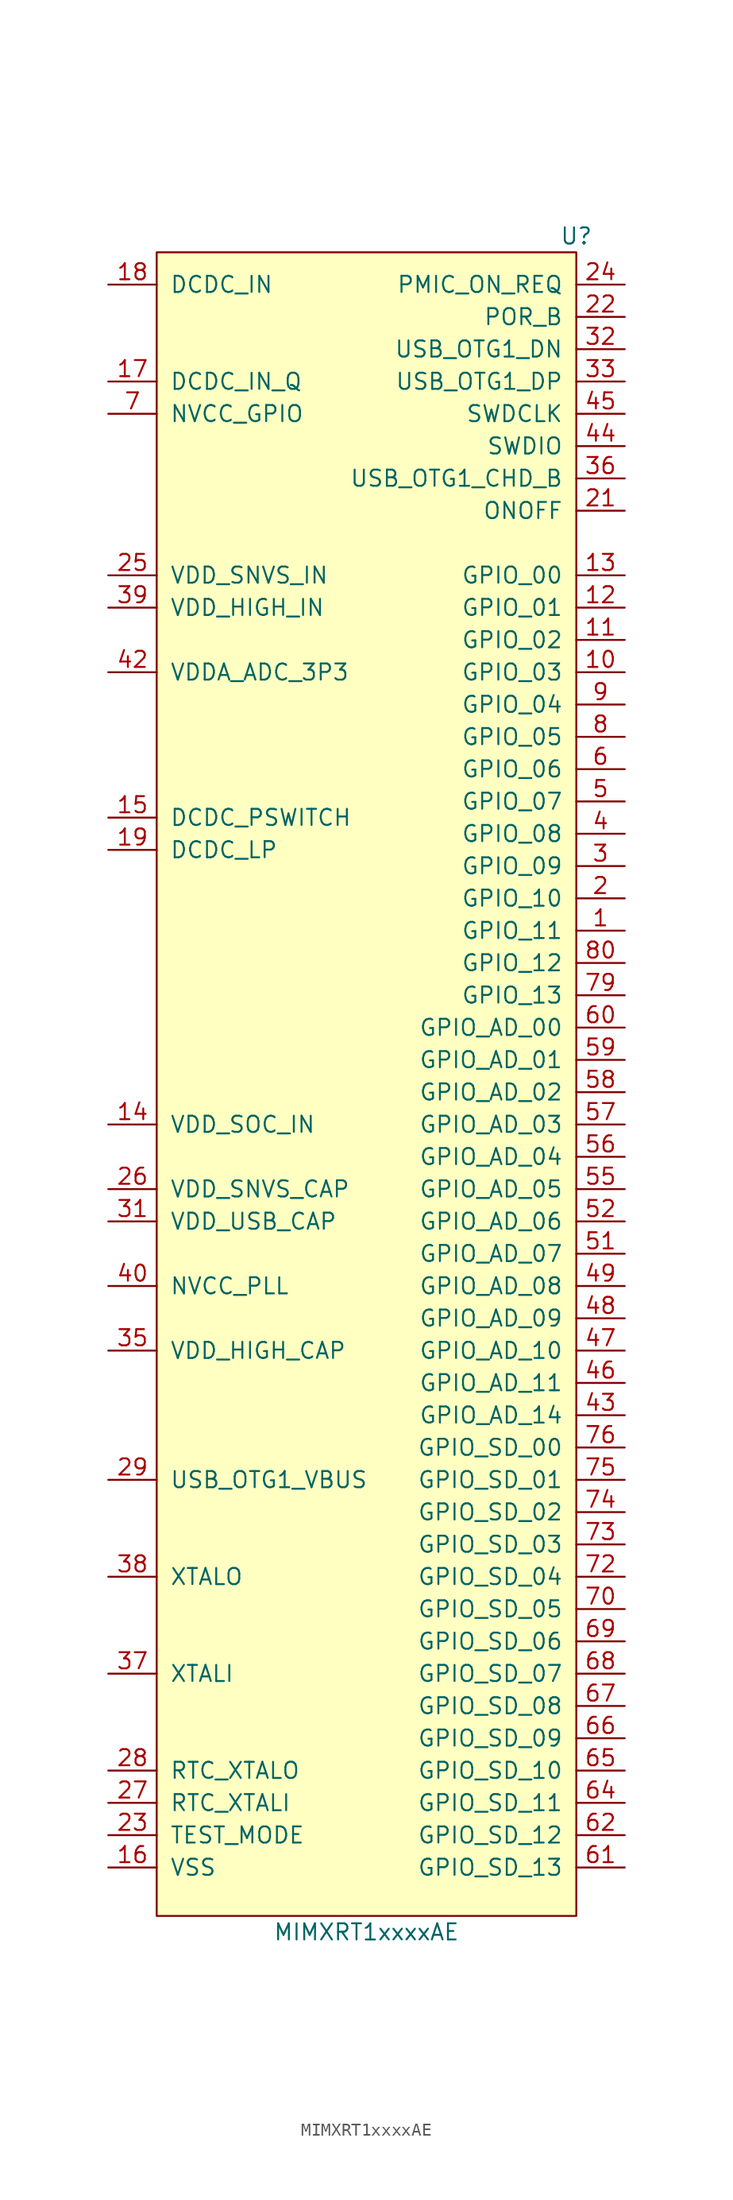
<source format=kicad_sym>
(kicad_symbol_lib
  (version 20231120)
  (generator "kicad_symbol_editor")
  (generator_version "8.99")
  (symbol "MIMXRT1xxxxAE"
    (pin_names
      (offset 1.016))
    (property "Reference" "U"
      (at 17.78 66.04 0)
      (effects (font (size 1.27 1.27))))
    (property "Value" "MIMXRT1xxxxAE"
      (at 1.27 -67.31 0)
      (effects (font (size 1.27 1.27))))
    (symbol "MIMXRT1xxxxAE_0_1"
      (rectangle (start -15.24 64.77) (end 17.78 -66.04) (stroke (width 0) (type solid)) (fill (type background))))
    (symbol "MIMXRT1xxxxAE_1_1"
      (pin bidirectional line (at 21.59 11.43 180) (length 3.81) (name "GPIO_11" (effects (font (size 1.27 1.27)))) (number "1" (effects (font (size 1.27 1.27)))))
      (pin bidirectional line (at 21.59 31.75 180) (length 3.81) (name "GPIO_03" (effects (font (size 1.27 1.27)))) (number "10" (effects (font (size 1.27 1.27)))))
      (pin bidirectional line (at 21.59 34.29 180) (length 3.81) (name "GPIO_02" (effects (font (size 1.27 1.27)))) (number "11" (effects (font (size 1.27 1.27)))))
      (pin bidirectional line (at 21.59 36.83 180) (length 3.81) (name "GPIO_01" (effects (font (size 1.27 1.27)))) (number "12" (effects (font (size 1.27 1.27)))))
      (pin bidirectional line (at 21.59 39.37 180) (length 3.81) (name "GPIO_00" (effects (font (size 1.27 1.27)))) (number "13" (effects (font (size 1.27 1.27)))))
      (pin input line (at -19.05 -3.81 0) (length 3.81) (name "VDD_SOC_IN" (effects (font (size 1.27 1.27)))) (number "14" (effects (font (size 1.27 1.27)))))
      (pin input line (at -19.05 20.32 0) (length 3.81) (name "DCDC_PSWITCH" (effects (font (size 1.27 1.27)))) (number "15" (effects (font (size 1.27 1.27)))))
      (pin power_in line (at -19.05 -62.23 0) (length 3.81) (name "VSS" (effects (font (size 1.27 1.27)))) (number "16" (effects (font (size 1.27 1.27)))))
      (pin power_in line (at -19.05 54.61 0) (length 3.81) (name "DCDC_IN_Q" (effects (font (size 1.27 1.27)))) (number "17" (effects (font (size 1.27 1.27)))))
      (pin power_in line (at -19.05 62.23 0) (length 3.81) (name "DCDC_IN" (effects (font (size 1.27 1.27)))) (number "18" (effects (font (size 1.27 1.27)))))
      (pin power_out line (at -19.05 17.78 0) (length 3.81) (name "DCDC_LP" (effects (font (size 1.27 1.27)))) (number "19" (effects (font (size 1.27 1.27)))))
      (pin bidirectional line (at 21.59 13.97 180) (length 3.81) (name "GPIO_10" (effects (font (size 1.27 1.27)))) (number "2" (effects (font (size 1.27 1.27)))))
      (pin passive line (at -19.05 -62.23 0) (length 3.81) hide (name "DCDC_GND" (effects (font (size 1.27 1.27)))) (number "20" (effects (font (size 1.27 1.27)))))
      (pin bidirectional line (at 21.59 44.45 180) (length 3.81) (name "ONOFF" (effects (font (size 1.27 1.27)))) (number "21" (effects (font (size 1.27 1.27)))))
      (pin bidirectional line (at 21.59 59.69 180) (length 3.81) (name "POR_B" (effects (font (size 1.27 1.27)))) (number "22" (effects (font (size 1.27 1.27)))))
      (pin bidirectional line (at -19.05 -59.69 0) (length 3.81) (name "TEST_MODE" (effects (font (size 1.27 1.27)))) (number "23" (effects (font (size 1.27 1.27)))))
      (pin bidirectional line (at 21.59 62.23 180) (length 3.81) (name "PMIC_ON_REQ" (effects (font (size 1.27 1.27)))) (number "24" (effects (font (size 1.27 1.27)))))
      (pin power_in line (at -19.05 39.37 0) (length 3.81) (name "VDD_SNVS_IN" (effects (font (size 1.27 1.27)))) (number "25" (effects (font (size 1.27 1.27)))))
      (pin power_out line (at -19.05 -8.89 0) (length 3.81) (name "VDD_SNVS_CAP" (effects (font (size 1.27 1.27)))) (number "26" (effects (font (size 1.27 1.27)))))
      (pin bidirectional line (at -19.05 -57.15 0) (length 3.81) (name "RTC_XTALI" (effects (font (size 1.27 1.27)))) (number "27" (effects (font (size 1.27 1.27)))))
      (pin bidirectional line (at -19.05 -54.61 0) (length 3.81) (name "RTC_XTALO" (effects (font (size 1.27 1.27)))) (number "28" (effects (font (size 1.27 1.27)))))
      (pin power_in line (at -19.05 -31.75 0) (length 3.81) (name "USB_OTG1_VBUS" (effects (font (size 1.27 1.27)))) (number "29" (effects (font (size 1.27 1.27)))))
      (pin bidirectional line (at 21.59 16.51 180) (length 3.81) (name "GPIO_09" (effects (font (size 1.27 1.27)))) (number "3" (effects (font (size 1.27 1.27)))))
      (pin passive line (at -19.05 -62.23 0) (length 3.81) hide (name "VSS" (effects (font (size 1.27 1.27)))) (number "30" (effects (font (size 1.27 1.27)))))
      (pin power_out line (at -19.05 -11.43 0) (length 3.81) (name "VDD_USB_CAP" (effects (font (size 1.27 1.27)))) (number "31" (effects (font (size 1.27 1.27)))))
      (pin bidirectional line (at 21.59 57.15 180) (length 3.81) (name "USB_OTG1_DN" (effects (font (size 1.27 1.27)))) (number "32" (effects (font (size 1.27 1.27)))))
      (pin bidirectional line (at 21.59 54.61 180) (length 3.81) (name "USB_OTG1_DP" (effects (font (size 1.27 1.27)))) (number "33" (effects (font (size 1.27 1.27)))))
      (pin passive line (at -19.05 -62.23 0) (length 3.81) hide (name "NGND_KEL0" (effects (font (size 1.27 1.27)))) (number "34" (effects (font (size 1.27 1.27)))))
      (pin power_out line (at -19.05 -21.59 0) (length 3.81) (name "VDD_HIGH_CAP" (effects (font (size 1.27 1.27)))) (number "35" (effects (font (size 1.27 1.27)))))
      (pin bidirectional line (at 21.59 46.99 180) (length 3.81) (name "USB_OTG1_CHD_B" (effects (font (size 1.27 1.27)))) (number "36" (effects (font (size 1.27 1.27)))))
      (pin bidirectional line (at -19.05 -46.99 0) (length 3.81) (name "XTALI" (effects (font (size 1.27 1.27)))) (number "37" (effects (font (size 1.27 1.27)))))
      (pin bidirectional line (at -19.05 -39.37 0) (length 3.81) (name "XTALO" (effects (font (size 1.27 1.27)))) (number "38" (effects (font (size 1.27 1.27)))))
      (pin power_in line (at -19.05 36.83 0) (length 3.81) (name "VDD_HIGH_IN" (effects (font (size 1.27 1.27)))) (number "39" (effects (font (size 1.27 1.27)))))
      (pin bidirectional line (at 21.59 19.05 180) (length 3.81) (name "GPIO_08" (effects (font (size 1.27 1.27)))) (number "4" (effects (font (size 1.27 1.27)))))
      (pin power_out line (at -19.05 -16.51 0) (length 3.81) (name "NVCC_PLL" (effects (font (size 1.27 1.27)))) (number "40" (effects (font (size 1.27 1.27)))))
      (pin passive line (at -19.05 -62.23 0) (length 3.81) hide (name "VSSA_ADC_3P3" (effects (font (size 1.27 1.27)))) (number "41" (effects (font (size 1.27 1.27)))))
      (pin power_in line (at -19.05 31.75 0) (length 3.81) (name "VDDA_ADC_3P3" (effects (font (size 1.27 1.27)))) (number "42" (effects (font (size 1.27 1.27)))))
      (pin bidirectional line (at 21.59 -26.67 180) (length 3.81) (name "GPIO_AD_14" (effects (font (size 1.27 1.27)))) (number "43" (effects (font (size 1.27 1.27)))))
      (pin bidirectional line (at 21.59 49.53 180) (length 3.81) (name "SWDIO" (effects (font (size 1.27 1.27)))) (number "44" (effects (font (size 1.27 1.27)))))
      (pin bidirectional line (at 21.59 52.07 180) (length 3.81) (name "SWDCLK" (effects (font (size 1.27 1.27)))) (number "45" (effects (font (size 1.27 1.27)))))
      (pin bidirectional line (at 21.59 -24.13 180) (length 3.81) (name "GPIO_AD_11" (effects (font (size 1.27 1.27)))) (number "46" (effects (font (size 1.27 1.27)))))
      (pin bidirectional line (at 21.59 -21.59 180) (length 3.81) (name "GPIO_AD_10" (effects (font (size 1.27 1.27)))) (number "47" (effects (font (size 1.27 1.27)))))
      (pin bidirectional line (at 21.59 -19.05 180) (length 3.81) (name "GPIO_AD_09" (effects (font (size 1.27 1.27)))) (number "48" (effects (font (size 1.27 1.27)))))
      (pin bidirectional line (at 21.59 -16.51 180) (length 3.81) (name "GPIO_AD_08" (effects (font (size 1.27 1.27)))) (number "49" (effects (font (size 1.27 1.27)))))
      (pin bidirectional line (at 21.59 21.59 180) (length 3.81) (name "GPIO_07" (effects (font (size 1.27 1.27)))) (number "5" (effects (font (size 1.27 1.27)))))
      (pin passive line (at -19.05 52.07 0) (length 3.81) hide (name "NVCC_GPIO" (effects (font (size 1.27 1.27)))) (number "50" (effects (font (size 1.27 1.27)))))
      (pin bidirectional line (at 21.59 -13.97 180) (length 3.81) (name "GPIO_AD_07" (effects (font (size 1.27 1.27)))) (number "51" (effects (font (size 1.27 1.27)))))
      (pin bidirectional line (at 21.59 -11.43 180) (length 3.81) (name "GPIO_AD_06" (effects (font (size 1.27 1.27)))) (number "52" (effects (font (size 1.27 1.27)))))
      (pin passive line (at -19.05 -3.81 0) (length 3.81) hide (name "VDD_SOC_IN" (effects (font (size 1.27 1.27)))) (number "53" (effects (font (size 1.27 1.27)))))
      (pin passive line (at -19.05 -62.23 0) (length 3.81) hide (name "VSS" (effects (font (size 1.27 1.27)))) (number "54" (effects (font (size 1.27 1.27)))))
      (pin bidirectional line (at 21.59 -8.89 180) (length 3.81) (name "GPIO_AD_05" (effects (font (size 1.27 1.27)))) (number "55" (effects (font (size 1.27 1.27)))))
      (pin bidirectional line (at 21.59 -6.35 180) (length 3.81) (name "GPIO_AD_04" (effects (font (size 1.27 1.27)))) (number "56" (effects (font (size 1.27 1.27)))))
      (pin bidirectional line (at 21.59 -3.81 180) (length 3.81) (name "GPIO_AD_03" (effects (font (size 1.27 1.27)))) (number "57" (effects (font (size 1.27 1.27)))))
      (pin bidirectional line (at 21.59 -1.27 180) (length 3.81) (name "GPIO_AD_02" (effects (font (size 1.27 1.27)))) (number "58" (effects (font (size 1.27 1.27)))))
      (pin bidirectional line (at 21.59 1.27 180) (length 3.81) (name "GPIO_AD_01" (effects (font (size 1.27 1.27)))) (number "59" (effects (font (size 1.27 1.27)))))
      (pin bidirectional line (at 21.59 24.13 180) (length 3.81) (name "GPIO_06" (effects (font (size 1.27 1.27)))) (number "6" (effects (font (size 1.27 1.27)))))
      (pin bidirectional line (at 21.59 3.81 180) (length 3.81) (name "GPIO_AD_00" (effects (font (size 1.27 1.27)))) (number "60" (effects (font (size 1.27 1.27)))))
      (pin bidirectional line (at 21.59 -62.23 180) (length 3.81) (name "GPIO_SD_13" (effects (font (size 1.27 1.27)))) (number "61" (effects (font (size 1.27 1.27)))))
      (pin bidirectional line (at 21.59 -59.69 180) (length 3.81) (name "GPIO_SD_12" (effects (font (size 1.27 1.27)))) (number "62" (effects (font (size 1.27 1.27)))))
      (pin passive line (at -19.05 52.07 0) (length 3.81) hide (name "NVCC_GPIO" (effects (font (size 1.27 1.27)))) (number "63" (effects (font (size 1.27 1.27)))))
      (pin bidirectional line (at 21.59 -57.15 180) (length 3.81) (name "GPIO_SD_11" (effects (font (size 1.27 1.27)))) (number "64" (effects (font (size 1.27 1.27)))))
      (pin bidirectional line (at 21.59 -54.61 180) (length 3.81) (name "GPIO_SD_10" (effects (font (size 1.27 1.27)))) (number "65" (effects (font (size 1.27 1.27)))))
      (pin bidirectional line (at 21.59 -52.07 180) (length 3.81) (name "GPIO_SD_09" (effects (font (size 1.27 1.27)))) (number "66" (effects (font (size 1.27 1.27)))))
      (pin bidirectional line (at 21.59 -49.53 180) (length 3.81) (name "GPIO_SD_08" (effects (font (size 1.27 1.27)))) (number "67" (effects (font (size 1.27 1.27)))))
      (pin bidirectional line (at 21.59 -46.99 180) (length 3.81) (name "GPIO_SD_07" (effects (font (size 1.27 1.27)))) (number "68" (effects (font (size 1.27 1.27)))))
      (pin bidirectional line (at 21.59 -44.45 180) (length 3.81) (name "GPIO_SD_06" (effects (font (size 1.27 1.27)))) (number "69" (effects (font (size 1.27 1.27)))))
      (pin power_in line (at -19.05 52.07 0) (length 3.81) (name "NVCC_GPIO" (effects (font (size 1.27 1.27)))) (number "7" (effects (font (size 1.27 1.27)))))
      (pin bidirectional line (at 21.59 -41.91 180) (length 3.81) (name "GPIO_SD_05" (effects (font (size 1.27 1.27)))) (number "70" (effects (font (size 1.27 1.27)))))
      (pin passive line (at -19.05 52.07 0) (length 3.81) hide (name "NVCC_GPIO" (effects (font (size 1.27 1.27)))) (number "71" (effects (font (size 1.27 1.27)))))
      (pin bidirectional line (at 21.59 -39.37 180) (length 3.81) (name "GPIO_SD_04" (effects (font (size 1.27 1.27)))) (number "72" (effects (font (size 1.27 1.27)))))
      (pin bidirectional line (at 21.59 -36.83 180) (length 3.81) (name "GPIO_SD_03" (effects (font (size 1.27 1.27)))) (number "73" (effects (font (size 1.27 1.27)))))
      (pin bidirectional line (at 21.59 -34.29 180) (length 3.81) (name "GPIO_SD_02" (effects (font (size 1.27 1.27)))) (number "74" (effects (font (size 1.27 1.27)))))
      (pin bidirectional line (at 21.59 -31.75 180) (length 3.81) (name "GPIO_SD_01" (effects (font (size 1.27 1.27)))) (number "75" (effects (font (size 1.27 1.27)))))
      (pin bidirectional line (at 21.59 -29.21 180) (length 3.81) (name "GPIO_SD_00" (effects (font (size 1.27 1.27)))) (number "76" (effects (font (size 1.27 1.27)))))
      (pin passive line (at -19.05 -3.81 0) (length 3.81) hide (name "VDD_SOC_IN" (effects (font (size 1.27 1.27)))) (number "77" (effects (font (size 1.27 1.27)))))
      (pin passive line (at -19.05 -62.23 0) (length 3.81) hide (name "VSS" (effects (font (size 1.27 1.27)))) (number "78" (effects (font (size 1.27 1.27)))))
      (pin bidirectional line (at 21.59 6.35 180) (length 3.81) (name "GPIO_13" (effects (font (size 1.27 1.27)))) (number "79" (effects (font (size 1.27 1.27)))))
      (pin bidirectional line (at 21.59 26.67 180) (length 3.81) (name "GPIO_05" (effects (font (size 1.27 1.27)))) (number "8" (effects (font (size 1.27 1.27)))))
      (pin bidirectional line (at 21.59 8.89 180) (length 3.81) (name "GPIO_12" (effects (font (size 1.27 1.27)))) (number "80" (effects (font (size 1.27 1.27)))))
      (pin bidirectional line (at 21.59 29.21 180) (length 3.81) (name "GPIO_04" (effects (font (size 1.27 1.27)))) (number "9" (effects (font (size 1.27 1.27))))))))
</source>
